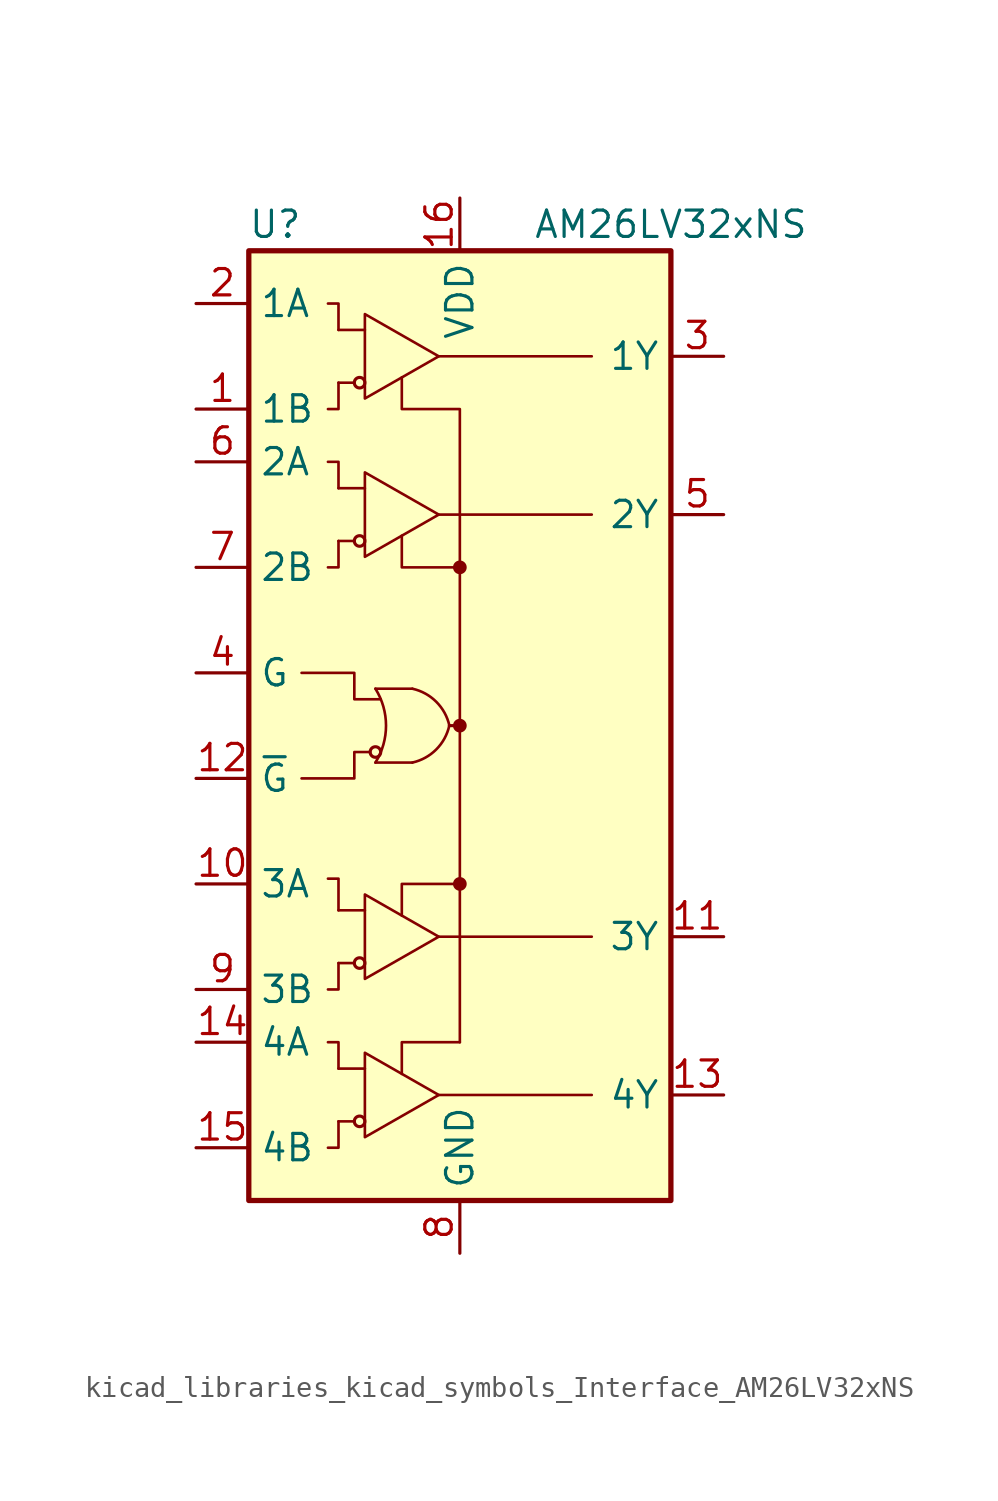
<source format=kicad_sym>
(kicad_symbol_lib
  (version 20220914)
  (generator kicad_symbol_editor)
  (symbol "kicad_libraries_kicad_symbols_Interface_AM26LV32xNS"
    (property "Reference" "U"
      (at -8.89 24.13 0)
      (effects (font (size 1.27 1.27))))
    (property "Value" "AM26LV32xNS"
      (at 10.16 24.13 0)
      (effects (font (size 1.27 1.27))))
    (symbol "kicad_libraries_kicad_symbols_Interface_AM26LV32xNS_0_1"
      (rectangle (start -10.16 22.86) (end 10.16 -22.86) (stroke (width 0.254) (type default)) (fill (type background)))
      (circle (center -4.826 16.51) (radius 0.254) (stroke (width 0) (type default)) (fill (type none)))
      (arc (start -4.064 -1.778) (mid -3.5541 0) (end -4.064 1.778) (stroke (width 0.127) (type default)) (fill (type none)))
      (circle (center -4.064 -1.27) (radius 0.254) (stroke (width 0) (type default)) (fill (type none)))
      (arc (start -2.286 -1.778) (mid -1.1381 -1.1479) (end -0.508 0) (stroke (width 0.127) (type default)) (fill (type none)))
      (arc (start -0.508 0) (mid -1.1381 1.1479) (end -2.286 1.778) (stroke (width 0.127) (type default)) (fill (type none)))
      (circle (center 0 -7.62) (radius 0.254) (stroke (width 0) (type default)) (fill (type outline)))
      (polyline (pts (xy -5.842 16.51) (xy -5.08 16.51)) (stroke (width 0.127) (type default)) (fill (type none)))
      (polyline (pts (xy -5.842 19.05) (xy -4.572 19.05)) (stroke (width 0.127) (type default)) (fill (type none)))
      (polyline (pts (xy -4.064 -1.778) (xy -2.286 -1.778)) (stroke (width 0.127) (type default)) (fill (type none)))
      (polyline (pts (xy -2.286 1.778) (xy -4.064 1.778)) (stroke (width 0.127) (type default)) (fill (type none)))
      (polyline (pts (xy -1.016 -17.78) (xy 6.35 -17.78)) (stroke (width 0.127) (type default)) (fill (type none)))
      (polyline (pts (xy -1.016 -10.16) (xy 6.35 -10.16)) (stroke (width 0.127) (type default)) (fill (type none)))
      (polyline (pts (xy -1.016 10.16) (xy 6.35 10.16)) (stroke (width 0.127) (type default)) (fill (type none)))
      (polyline (pts (xy -1.016 17.78) (xy 6.35 17.78)) (stroke (width 0.127) (type default)) (fill (type none)))
      (polyline (pts (xy -0.508 0) (xy 0 0)) (stroke (width 0) (type default)) (fill (type none)))
      (polyline (pts (xy 0 0) (xy 0 -15.24)) (stroke (width 0.127) (type default)) (fill (type none)))
      (polyline (pts (xy 0 7.62) (xy 0 0)) (stroke (width 0.127) (type default)) (fill (type none)))
      (polyline (pts (xy -5.842 -19.05) (xy -5.842 -20.32) (xy -6.35 -20.32)) (stroke (width 0.127) (type default)) (fill (type none)))
      (polyline (pts (xy -5.842 -16.51) (xy -5.842 -15.24) (xy -6.35 -15.24)) (stroke (width 0.127) (type default)) (fill (type none)))
      (polyline (pts (xy -5.842 -11.43) (xy -5.842 -12.7) (xy -6.35 -12.7)) (stroke (width 0.127) (type default)) (fill (type none)))
      (polyline (pts (xy -5.842 -8.89) (xy -5.842 -7.366) (xy -6.35 -7.366)) (stroke (width 0.127) (type default)) (fill (type none)))
      (polyline (pts (xy -5.842 8.89) (xy -5.842 7.62) (xy -6.35 7.62)) (stroke (width 0.127) (type default)) (fill (type none)))
      (polyline (pts (xy -5.842 11.43) (xy -5.842 12.7) (xy -6.35 12.7)) (stroke (width 0.127) (type default)) (fill (type none)))
      (polyline (pts (xy -5.842 19.05) (xy -5.842 20.32) (xy -6.35 20.32)) (stroke (width 0.127) (type default)) (fill (type none)))
      (polyline (pts (xy 0 -15.24) (xy -2.794 -15.24) (xy -2.794 -16.764)) (stroke (width 0.127) (type default)) (fill (type none)))
      (polyline (pts (xy 0 -7.62) (xy -2.794 -7.62) (xy -2.794 -9.144)) (stroke (width 0.127) (type default)) (fill (type none)))
      (polyline (pts (xy 0 7.62) (xy -2.794 7.62) (xy -2.794 9.144)) (stroke (width 0.127) (type default)) (fill (type none)))
      (polyline (pts (xy -7.62 2.54) (xy -5.08 2.54) (xy -5.08 1.27) (xy -3.81 1.27)) (stroke (width 0.127) (type default)) (fill (type none)))
      (polyline (pts (xy -5.842 16.51) (xy -5.842 15.24) (xy -6.096 15.24) (xy -6.35 15.24)) (stroke (width 0.127) (type default)) (fill (type none)))
      (polyline (pts (xy -4.572 19.812) (xy -4.572 15.748) (xy -1.016 17.78) (xy -4.572 19.812)) (stroke (width 0.127) (type default)) (fill (type none)))
      (polyline (pts (xy -4.318 -1.27) (xy -5.08 -1.27) (xy -5.08 -2.54) (xy -7.62 -2.54)) (stroke (width 0.127) (type default)) (fill (type none)))
      (polyline (pts (xy 0 7.62) (xy 0 15.24) (xy -2.794 15.24) (xy -2.794 16.764)) (stroke (width 0.127) (type default)) (fill (type none)))
      (circle (center 0 0) (radius 0.254) (stroke (width 0) (type default)) (fill (type outline)))
      (circle (center 0 7.62) (radius 0.254) (stroke (width 0) (type default)) (fill (type outline))))
    (symbol "kicad_libraries_kicad_symbols_Interface_AM26LV32xNS_1_1"
      (circle (center -4.826 -19.05) (radius 0.254) (stroke (width 0) (type default)) (fill (type none)))
      (circle (center -4.826 -11.43) (radius 0.254) (stroke (width 0) (type default)) (fill (type none)))
      (circle (center -4.826 8.89) (radius 0.254) (stroke (width 0) (type default)) (fill (type none)))
      (polyline (pts (xy -5.842 -19.05) (xy -5.08 -19.05)) (stroke (width 0.127) (type default)) (fill (type none)))
      (polyline (pts (xy -5.842 -16.51) (xy -4.572 -16.51)) (stroke (width 0.127) (type default)) (fill (type none)))
      (polyline (pts (xy -5.842 -11.43) (xy -5.08 -11.43)) (stroke (width 0.127) (type default)) (fill (type none)))
      (polyline (pts (xy -5.842 -8.89) (xy -4.572 -8.89)) (stroke (width 0.127) (type default)) (fill (type none)))
      (polyline (pts (xy -5.842 8.89) (xy -5.08 8.89)) (stroke (width 0.127) (type default)) (fill (type none)))
      (polyline (pts (xy -5.842 11.43) (xy -4.572 11.43)) (stroke (width 0.127) (type default)) (fill (type none)))
      (polyline (pts (xy -4.572 -15.748) (xy -4.572 -19.812) (xy -1.016 -17.78) (xy -4.572 -15.748)) (stroke (width 0.127) (type default)) (fill (type none)))
      (polyline (pts (xy -4.572 -8.128) (xy -4.572 -12.192) (xy -1.016 -10.16) (xy -4.572 -8.128)) (stroke (width 0.127) (type default)) (fill (type none)))
      (polyline (pts (xy -4.572 12.192) (xy -4.572 8.128) (xy -1.016 10.16) (xy -4.572 12.192)) (stroke (width 0.127) (type default)) (fill (type none)))
      (pin input line (at -12.7 15.24 0) (length 2.54) (name "1B" (effects (font (size 1.27 1.27)))) (number "1" (effects (font (size 1.27 1.27)))))
      (pin input line (at -12.7 -7.62 0) (length 2.54) (name "3A" (effects (font (size 1.27 1.27)))) (number "10" (effects (font (size 1.27 1.27)))))
      (pin tri_state line (at 12.7 -10.16 180) (length 2.54) (name "3Y" (effects (font (size 1.27 1.27)))) (number "11" (effects (font (size 1.27 1.27)))))
      (pin input line (at -12.7 -2.54 0) (length 2.54) (name "~{G}" (effects (font (size 1.27 1.27)))) (number "12" (effects (font (size 1.27 1.27)))))
      (pin tri_state line (at 12.7 -17.78 180) (length 2.54) (name "4Y" (effects (font (size 1.27 1.27)))) (number "13" (effects (font (size 1.27 1.27)))))
      (pin input line (at -12.7 -15.24 0) (length 2.54) (name "4A" (effects (font (size 1.27 1.27)))) (number "14" (effects (font (size 1.27 1.27)))))
      (pin input line (at -12.7 -20.32 0) (length 2.54) (name "4B" (effects (font (size 1.27 1.27)))) (number "15" (effects (font (size 1.27 1.27)))))
      (pin power_in line (at 0 25.4 270) (length 2.54) (name "VDD" (effects (font (size 1.27 1.27)))) (number "16" (effects (font (size 1.27 1.27)))))
      (pin input line (at -12.7 20.32 0) (length 2.54) (name "1A" (effects (font (size 1.27 1.27)))) (number "2" (effects (font (size 1.27 1.27)))))
      (pin tri_state line (at 12.7 17.78 180) (length 2.54) (name "1Y" (effects (font (size 1.27 1.27)))) (number "3" (effects (font (size 1.27 1.27)))))
      (pin input line (at -12.7 2.54 0) (length 2.54) (name "G" (effects (font (size 1.27 1.27)))) (number "4" (effects (font (size 1.27 1.27)))))
      (pin tri_state line (at 12.7 10.16 180) (length 2.54) (name "2Y" (effects (font (size 1.27 1.27)))) (number "5" (effects (font (size 1.27 1.27)))))
      (pin input line (at -12.7 12.7 0) (length 2.54) (name "2A" (effects (font (size 1.27 1.27)))) (number "6" (effects (font (size 1.27 1.27)))))
      (pin input line (at -12.7 7.62 0) (length 2.54) (name "2B" (effects (font (size 1.27 1.27)))) (number "7" (effects (font (size 1.27 1.27)))))
      (pin power_in line (at 0 -25.4 90) (length 2.54) (name "GND" (effects (font (size 1.27 1.27)))) (number "8" (effects (font (size 1.27 1.27)))))
      (pin input line (at -12.7 -12.7 0) (length 2.54) (name "3B" (effects (font (size 1.27 1.27)))) (number "9" (effects (font (size 1.27 1.27))))))))
</source>
